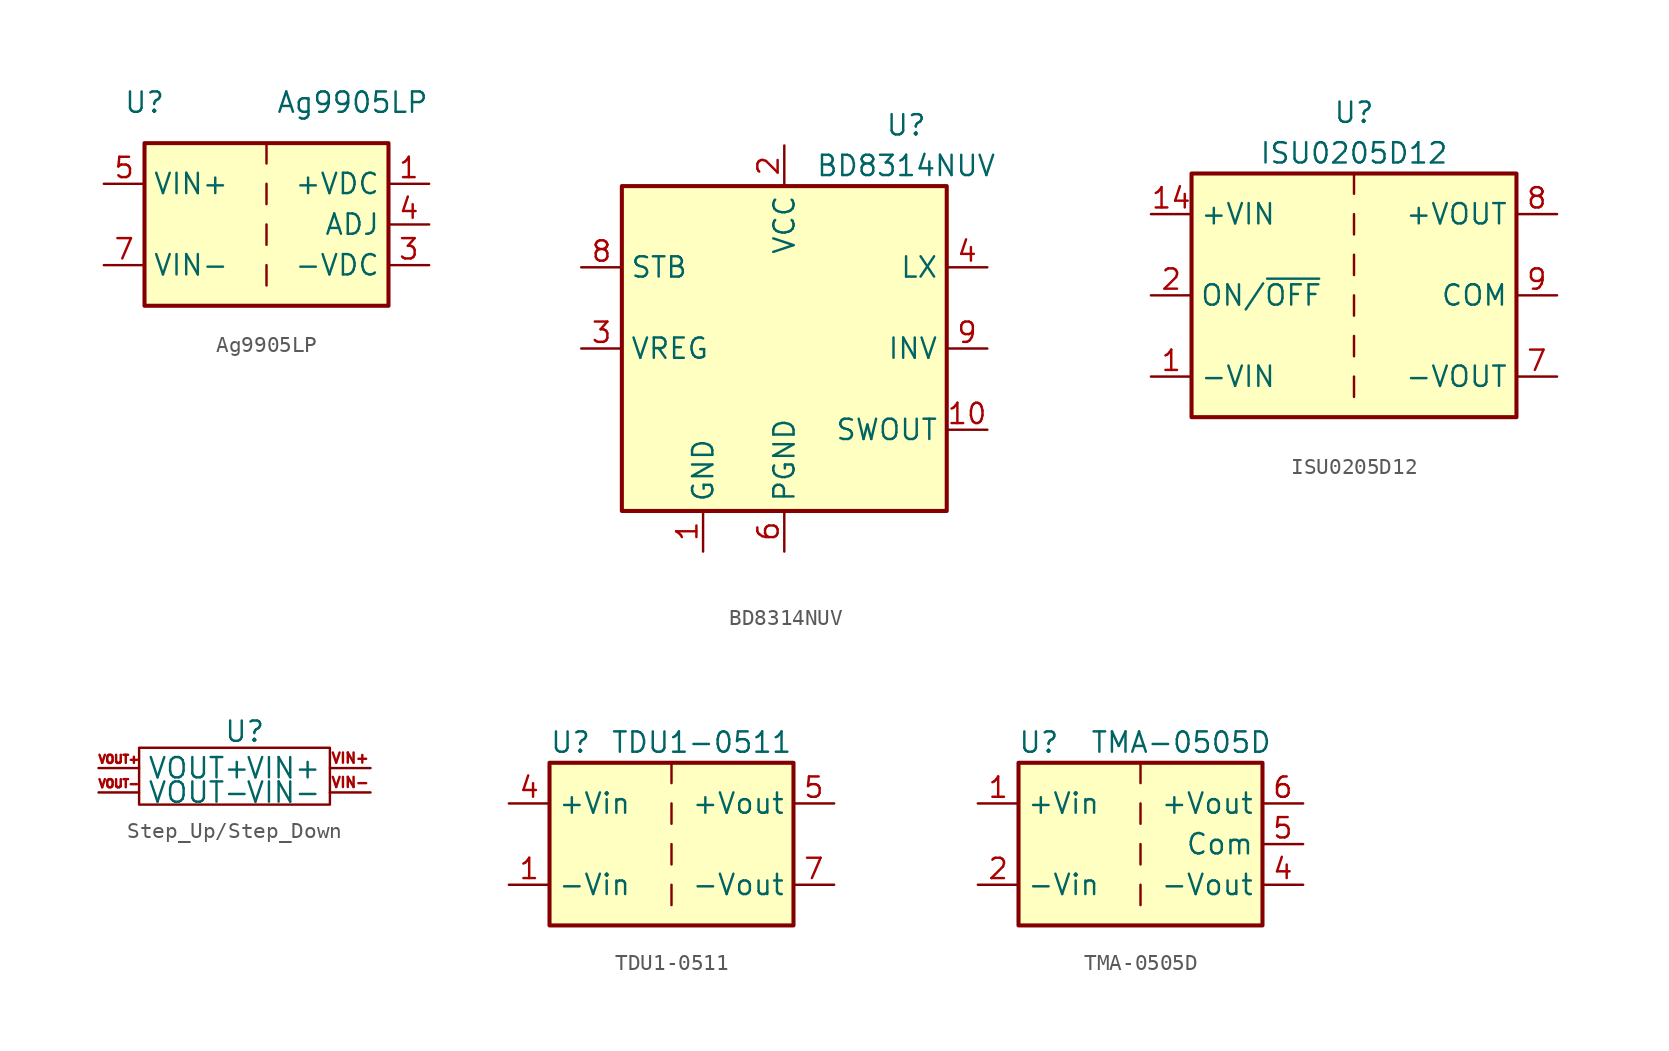
<source format=kicad_sym>
(kicad_symbol_lib
  (version 20231120)
  (generator "kicad_symbol_editor")
  (generator_version "8.0")
  (symbol "Ag9905LP"
    (property "Reference" "U"
      (at -7.62 7.62 0)
      (effects (font (size 1.27 1.27))))
    (property "Value" "Ag9905LP"
      (at 10.16 7.62 0)
      (effects (font (size 1.27 1.27)) (justify right)))
    (symbol "Ag9905LP_0_1"
      (rectangle (start -7.62 5.08) (end 7.62 -5.08) (stroke (width 0.254) (type default)) (fill (type background)))
      (polyline (pts (xy 0 -2.54) (xy 0 -3.81)) (stroke (width 0) (type default)) (fill (type none)))
      (polyline (pts (xy 0 0) (xy 0 -1.27)) (stroke (width 0) (type default)) (fill (type none)))
      (polyline (pts (xy 0 2.54) (xy 0 1.27)) (stroke (width 0) (type default)) (fill (type none)))
      (polyline (pts (xy 0 5.08) (xy 0 3.81)) (stroke (width 0) (type default)) (fill (type none))))
    (symbol "Ag9905LP_1_1"
      (pin power_out line (at 10.16 2.54 180) (length 2.54) (name "+VDC" (effects (font (size 1.27 1.27)))) (number "1" (effects (font (size 1.27 1.27)))))
      (pin passive line (at 10.16 2.54 180) (length 2.54) hide (name "+VDC" (effects (font (size 1.27 1.27)))) (number "2" (effects (font (size 1.27 1.27)))))
      (pin power_out line (at 10.16 -2.54 180) (length 2.54) (name "-VDC" (effects (font (size 1.27 1.27)))) (number "3" (effects (font (size 1.27 1.27)))))
      (pin passive line (at 10.16 0 180) (length 2.54) (name "ADJ" (effects (font (size 1.27 1.27)))) (number "4" (effects (font (size 1.27 1.27)))))
      (pin power_in line (at -10.16 2.54 0) (length 2.54) (name "VIN+" (effects (font (size 1.27 1.27)))) (number "5" (effects (font (size 1.27 1.27)))))
      (pin passive line (at -10.16 2.54 0) (length 2.54) hide (name "VIN+" (effects (font (size 1.27 1.27)))) (number "6" (effects (font (size 1.27 1.27)))))
      (pin power_in line (at -10.16 -2.54 0) (length 2.54) (name "VIN-" (effects (font (size 1.27 1.27)))) (number "7" (effects (font (size 1.27 1.27)))))
      (pin passive line (at -10.16 -2.54 0) (length 2.54) hide (name "VIN-" (effects (font (size 1.27 1.27)))) (number "8" (effects (font (size 1.27 1.27)))))))
  (symbol "BD8314NUV"
    (property "Reference" "U"
      (at 7.62 13.97 0)
      (effects (font (size 1.27 1.27))))
    (property "Value" "BD8314NUV"
      (at 7.62 11.43 0)
      (effects (font (size 1.27 1.27))))
    (symbol "BD8314NUV_0_1"
      (rectangle (start -10.16 10.16) (end 10.16 -10.16) (stroke (width 0.254) (type default)) (fill (type background))))
    (symbol "BD8314NUV_1_1"
      (pin power_in line (at -5.08 -12.7 90) (length 2.54) (name "GND" (effects (font (size 1.27 1.27)))) (number "1" (effects (font (size 1.27 1.27)))))
      (pin passive line (at 12.7 -5.08 180) (length 2.54) (name "SWOUT" (effects (font (size 1.27 1.27)))) (number "10" (effects (font (size 1.27 1.27)))))
      (pin passive line (at 0 -12.7 90) (length 2.54) hide (name "PGND" (effects (font (size 1.27 1.27)))) (number "11" (effects (font (size 1.27 1.27)))))
      (pin power_in line (at 0 12.7 270) (length 2.54) (name "VCC" (effects (font (size 1.27 1.27)))) (number "2" (effects (font (size 1.27 1.27)))))
      (pin passive line (at -12.7 0 0) (length 2.54) (name "VREG" (effects (font (size 1.27 1.27)))) (number "3" (effects (font (size 1.27 1.27)))))
      (pin passive line (at 12.7 5.08 180) (length 2.54) (name "LX" (effects (font (size 1.27 1.27)))) (number "4" (effects (font (size 1.27 1.27)))))
      (pin passive line (at 12.7 5.08 180) (length 2.54) hide (name "LX" (effects (font (size 1.27 1.27)))) (number "5" (effects (font (size 1.27 1.27)))))
      (pin power_in line (at 0 -12.7 90) (length 2.54) (name "PGND" (effects (font (size 1.27 1.27)))) (number "6" (effects (font (size 1.27 1.27)))))
      (pin passive line (at 0 -12.7 90) (length 2.54) hide (name "PGND" (effects (font (size 1.27 1.27)))) (number "7" (effects (font (size 1.27 1.27)))))
      (pin input line (at -12.7 5.08 0) (length 2.54) (name "STB" (effects (font (size 1.27 1.27)))) (number "8" (effects (font (size 1.27 1.27)))))
      (pin passive line (at 12.7 0 180) (length 2.54) (name "INV" (effects (font (size 1.27 1.27)))) (number "9" (effects (font (size 1.27 1.27)))))))
  (symbol "ISU0205D12"
    (property "Reference" "U"
      (at 0 11.43 0)
      (effects (font (size 1.27 1.27))))
    (property "Value" "ISU0205D12"
      (at 0 8.89 0)
      (effects (font (size 1.27 1.27))))
    (symbol "ISU0205D12_0_1"
      (rectangle (start -10.16 7.62) (end 10.16 -7.62) (stroke (width 0.254) (type default)) (fill (type background)))
      (polyline (pts (xy 0 -5.08) (xy 0 -6.35)) (stroke (width 0) (type default)) (fill (type none)))
      (polyline (pts (xy 0 -2.54) (xy 0 -3.81)) (stroke (width 0) (type default)) (fill (type none)))
      (polyline (pts (xy 0 0) (xy 0 -1.27)) (stroke (width 0) (type default)) (fill (type none)))
      (polyline (pts (xy 0 2.54) (xy 0 1.27)) (stroke (width 0) (type default)) (fill (type none)))
      (polyline (pts (xy 0 5.08) (xy 0 3.81)) (stroke (width 0) (type default)) (fill (type none)))
      (polyline (pts (xy 0 7.62) (xy 0 6.35)) (stroke (width 0) (type default)) (fill (type none))))
    (symbol "ISU0205D12_1_1"
      (pin power_in line (at -12.7 -5.08 0) (length 2.54) (name "-VIN" (effects (font (size 1.27 1.27)))) (number "1" (effects (font (size 1.27 1.27)))))
      (pin power_in line (at -12.7 5.08 0) (length 2.54) (name "+VIN" (effects (font (size 1.27 1.27)))) (number "14" (effects (font (size 1.27 1.27)))))
      (pin input line (at -12.7 0 0) (length 2.54) (name "ON/~{OFF}" (effects (font (size 1.27 1.27)))) (number "2" (effects (font (size 1.27 1.27)))))
      (pin passive line (at 12.7 0 180) (length 2.54) hide (name "COM" (effects (font (size 1.27 1.27)))) (number "6" (effects (font (size 1.27 1.27)))))
      (pin power_out line (at 12.7 -5.08 180) (length 2.54) (name "-VOUT" (effects (font (size 1.27 1.27)))) (number "7" (effects (font (size 1.27 1.27)))))
      (pin power_out line (at 12.7 5.08 180) (length 2.54) (name "+VOUT" (effects (font (size 1.27 1.27)))) (number "8" (effects (font (size 1.27 1.27)))))
      (pin power_out line (at 12.7 0 180) (length 2.54) (name "COM" (effects (font (size 1.27 1.27)))) (number "9" (effects (font (size 1.27 1.27)))))))
  (symbol "Step_Up/Step_Down"
    (property "Reference" "U"
      (at 0 2.032 0)
      (effects (font (size 1.27 1.27))))
    (property "Value" ""
      (at 0 0 0)
      (effects (font (size 1.27 1.27))))
    (symbol "Step_Up/Step_Down_0_1"
      (rectangle (start -6.604 1.016) (end 5.334 -2.54) (stroke (width 0) (type default)) (fill (type none))))
    (symbol "Step_Up/Step_Down_1_1"
      (pin input line (at 7.874 -0.254 180) (length 2.54) (name "VIN+" (effects (font (size 1.27 1.27)))) (number "VIN+" (effects (font (size 0.635 0.635)))))
      (pin input line (at 7.874 -1.778 180) (length 2.54) (name "VIN-" (effects (font (size 1.27 1.27)))) (number "VIN-" (effects (font (size 0.635 0.635)))))
      (pin input line (at -9.144 -0.254 0) (length 2.54) (name "VOUT+" (effects (font (size 1.27 1.27)))) (number "VOUT+" (effects (font (size 0.508 0.508)))))
      (pin input line (at -9.144 -1.778 0) (length 2.54) (name "VOUT-" (effects (font (size 1.27 1.27)))) (number "VOUT-" (effects (font (size 0.508 0.508)))))))
  (symbol "TDU1-0511"
    (property "Reference" "U"
      (at -7.62 6.35 0)
      (effects (font (size 1.27 1.27)) (justify left)))
    (property "Value" "TDU1-0511"
      (at -3.81 6.35 0)
      (effects (font (size 1.27 1.27)) (justify left)))
    (symbol "TDU1-0511_0_1"
      (rectangle (start -7.62 5.08) (end 7.62 -5.08) (stroke (width 0.254) (type default)) (fill (type background)))
      (polyline (pts (xy 0 -2.54) (xy 0 -3.81)) (stroke (width 0) (type default)) (fill (type none)))
      (polyline (pts (xy 0 0) (xy 0 -1.27)) (stroke (width 0) (type default)) (fill (type none)))
      (polyline (pts (xy 0 2.54) (xy 0 1.27)) (stroke (width 0) (type default)) (fill (type none)))
      (polyline (pts (xy 0 5.08) (xy 0 3.81)) (stroke (width 0) (type default)) (fill (type none))))
    (symbol "TDU1-0511_1_1"
      (pin power_in line (at -10.16 -2.54 0) (length 2.54) (name "-Vin" (effects (font (size 1.27 1.27)))) (number "1" (effects (font (size 1.27 1.27)))))
      (pin power_in line (at -10.16 2.54 0) (length 2.54) (name "+Vin" (effects (font (size 1.27 1.27)))) (number "4" (effects (font (size 1.27 1.27)))))
      (pin power_out line (at 10.16 2.54 180) (length 2.54) (name "+Vout" (effects (font (size 1.27 1.27)))) (number "5" (effects (font (size 1.27 1.27)))))
      (pin power_out line (at 10.16 -2.54 180) (length 2.54) (name "-Vout" (effects (font (size 1.27 1.27)))) (number "7" (effects (font (size 1.27 1.27)))))))
  (symbol "TMA-0505D"
    (property "Reference" "U"
      (at -6.35 6.35 0)
      (effects (font (size 1.27 1.27))))
    (property "Value" "TMA-0505D"
      (at 2.54 6.35 0)
      (effects (font (size 1.27 1.27))))
    (symbol "TMA-0505D_0_1"
      (rectangle (start -7.62 5.08) (end 7.62 -5.08) (stroke (width 0.254) (type default)) (fill (type background)))
      (polyline (pts (xy 0 -2.54) (xy 0 -3.81)) (stroke (width 0) (type default)) (fill (type none)))
      (polyline (pts (xy 0 0) (xy 0 -1.27)) (stroke (width 0) (type default)) (fill (type none)))
      (polyline (pts (xy 0 2.54) (xy 0 1.27)) (stroke (width 0) (type default)) (fill (type none)))
      (polyline (pts (xy 0 5.08) (xy 0 3.81)) (stroke (width 0) (type default)) (fill (type none))))
    (symbol "TMA-0505D_1_1"
      (pin power_in line (at -10.16 2.54 0) (length 2.54) (name "+Vin" (effects (font (size 1.27 1.27)))) (number "1" (effects (font (size 1.27 1.27)))))
      (pin power_in line (at -10.16 -2.54 0) (length 2.54) (name "-Vin" (effects (font (size 1.27 1.27)))) (number "2" (effects (font (size 1.27 1.27)))))
      (pin power_out line (at 10.16 -2.54 180) (length 2.54) (name "-Vout" (effects (font (size 1.27 1.27)))) (number "4" (effects (font (size 1.27 1.27)))))
      (pin power_out line (at 10.16 0 180) (length 2.54) (name "Com" (effects (font (size 1.27 1.27)))) (number "5" (effects (font (size 1.27 1.27)))))
      (pin power_out line (at 10.16 2.54 180) (length 2.54) (name "+Vout" (effects (font (size 1.27 1.27)))) (number "6" (effects (font (size 1.27 1.27))))))))
</source>
